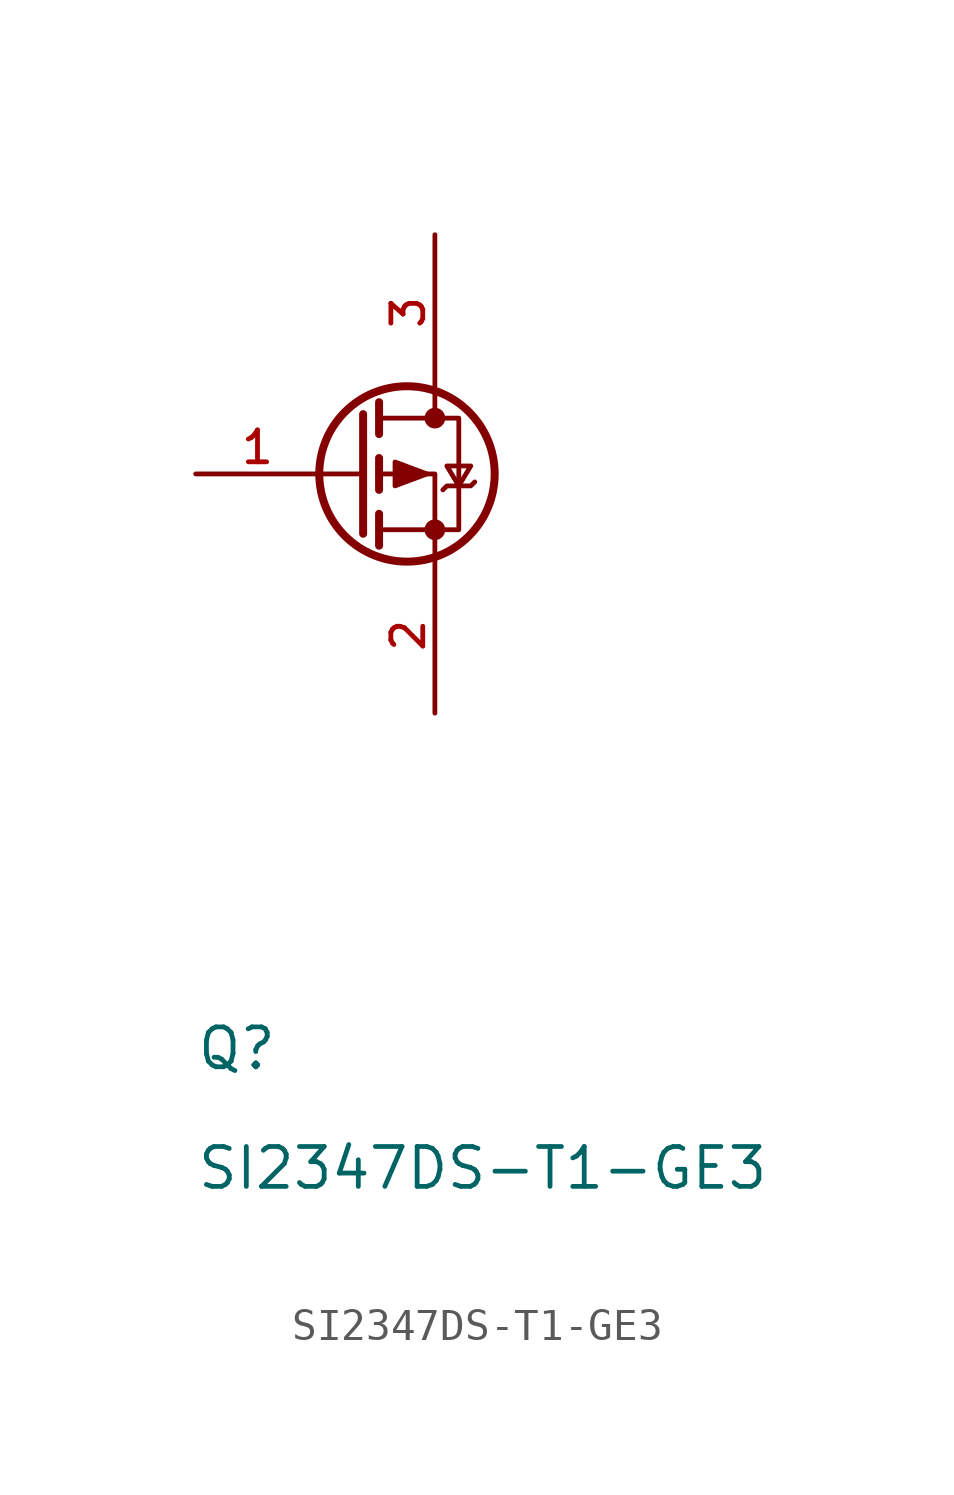
<source format=kicad_sym>
(kicad_symbol_lib
  (version 20241209)
  (generator "kicad_symbol_editor")
  (generator_version "9.0")
  (symbol "SI2347DS-T1-GE3"
    (pin_names
      (hide yes))
    (property "Reference" "Q"
      (at 0 -19.05 0)
      (effects (font (size 1.27 1.27)) (justify left bottom)))
    (property "Value" "SI2347DS-T1-GE3"
      (at 0 -22.86 0)
      (effects (font (size 1.27 1.27)) (justify left bottom)))
    (symbol "SI2347DS-T1-GE3_0_1"
      (polyline (pts (xy 5.334 1.905) (xy 5.334 -1.905)) (stroke (width 0.254) (type default)) (fill (type none)))
      (polyline (pts (xy 5.334 0) (xy 3.937 0)) (stroke (width 0) (type default)) (fill (type none)))
      (polyline (pts (xy 5.842 2.286) (xy 5.842 1.27)) (stroke (width 0.254) (type default)) (fill (type none)))
      (polyline (pts (xy 5.842 1.778) (xy 8.382 1.778) (xy 8.382 -1.778) (xy 5.842 -1.778)) (stroke (width 0) (type default)) (fill (type none)))
      (polyline (pts (xy 5.842 0.508) (xy 5.842 -0.508)) (stroke (width 0.254) (type default)) (fill (type none)))
      (polyline (pts (xy 5.842 -1.27) (xy 5.842 -2.286)) (stroke (width 0.254) (type default)) (fill (type none)))
      (circle (center 6.731 0) (radius 2.794) (stroke (width 0.254) (type default)) (fill (type none)))
      (polyline (pts (xy 7.366 0) (xy 6.35 0.381) (xy 6.35 -0.381) (xy 7.366 0)) (stroke (width 0) (type default)) (fill (type outline)))
      (polyline (pts (xy 7.62 2.54) (xy 7.62 1.778)) (stroke (width 0) (type default)) (fill (type none)))
      (circle (center 7.62 1.778) (radius 0.254) (stroke (width 0) (type default)) (fill (type outline)))
      (circle (center 7.62 -1.778) (radius 0.254) (stroke (width 0) (type default)) (fill (type outline)))
      (polyline (pts (xy 7.62 -2.54) (xy 7.62 0) (xy 5.842 0)) (stroke (width 0) (type default)) (fill (type none)))
      (polyline (pts (xy 7.874 -0.508) (xy 8.001 -0.381) (xy 8.763 -0.381) (xy 8.89 -0.254)) (stroke (width 0) (type default)) (fill (type none)))
      (polyline (pts (xy 8.382 -0.381) (xy 8.001 0.254) (xy 8.763 0.254) (xy 8.382 -0.381)) (stroke (width 0) (type default)) (fill (type none))))
    (symbol "SI2347DS-T1-GE3_1_1"
      (pin passive line (at 0 0 0) (length 3.937) (name "G" (effects (font (size 1.27 1.27)))) (number "1" (effects (font (size 1.016 1.016)))))
      (pin passive line (at 7.62 7.62 270) (length 4.953) (name "D" (effects (font (size 1.27 1.27)))) (number "3" (effects (font (size 1.016 1.016)))))
      (pin passive line (at 7.62 -7.62 90) (length 4.953) (name "S" (effects (font (size 1.27 1.27)))) (number "2" (effects (font (size 1.016 1.016))))))))
</source>
